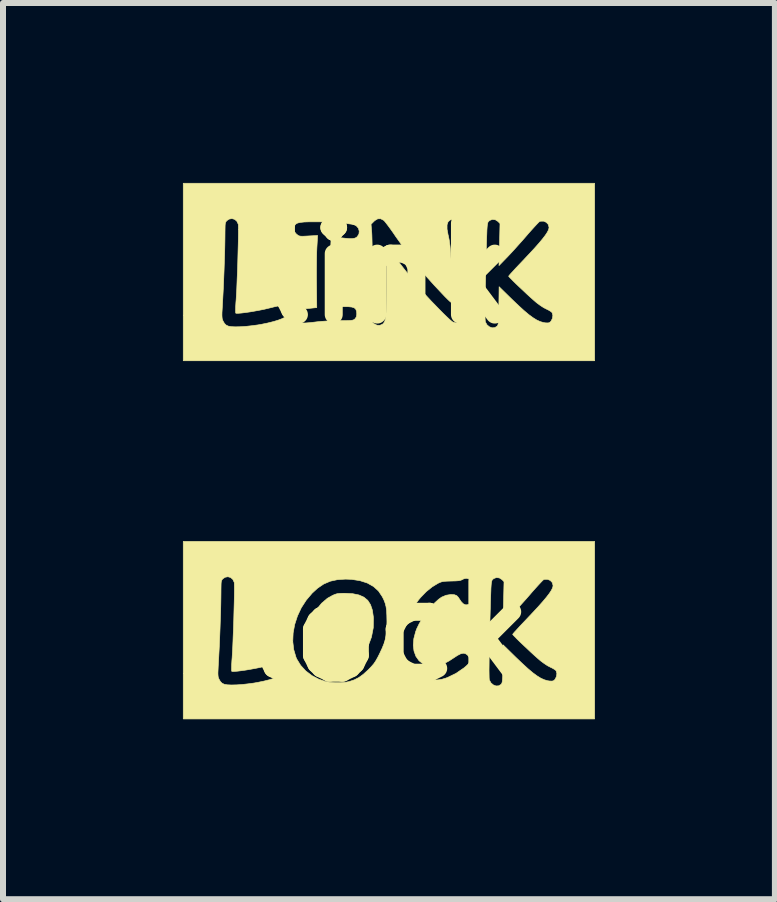
<source format=kicad_pcb>
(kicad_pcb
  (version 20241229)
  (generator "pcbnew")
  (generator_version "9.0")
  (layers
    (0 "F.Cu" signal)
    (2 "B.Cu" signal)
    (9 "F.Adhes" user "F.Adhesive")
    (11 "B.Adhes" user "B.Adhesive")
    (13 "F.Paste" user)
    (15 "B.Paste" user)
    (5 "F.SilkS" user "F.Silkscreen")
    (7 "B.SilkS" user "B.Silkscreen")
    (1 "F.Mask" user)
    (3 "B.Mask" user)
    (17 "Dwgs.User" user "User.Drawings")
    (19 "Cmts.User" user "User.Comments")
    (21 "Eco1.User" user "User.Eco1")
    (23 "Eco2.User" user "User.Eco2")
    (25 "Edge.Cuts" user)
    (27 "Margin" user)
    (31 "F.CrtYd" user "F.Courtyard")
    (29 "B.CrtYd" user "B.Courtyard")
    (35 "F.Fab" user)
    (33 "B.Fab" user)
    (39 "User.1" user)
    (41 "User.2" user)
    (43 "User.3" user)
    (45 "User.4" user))
  (footprint "lock"
    (layer "F.Cu")
    (at 3.421 7.476)
    (property "Reference" "lock" (at 0 0 0) (layer "F.SilkS") (effects (font (size 1.524 1.524) (thickness 0.3))))
    (attr through_hole)
    (fp_poly (pts (xy -0.591 -0.628) (xy -0.487 -0.607) (xy -0.404 -0.57) (xy -0.34 -0.517) (xy -0.294 -0.445) (xy -0.263 -0.354) (xy -0.247 -0.243) (xy -0.245 -0.221) (xy -0.248 -0.059) (xy -0.278 0.095) (xy -0.333 0.243) (xy -0.405 0.37) (xy -0.477 0.461) (xy -0.557 0.534) (xy -0.642 0.585) (xy -0.671 0.597) (xy -0.744 0.615) (xy -0.83 0.623) (xy -0.915 0.622) (xy -0.954 0.617) (xy -1.055 0.587) (xy -1.149 0.538) (xy -1.231 0.474) (xy -1.294 0.399) (xy -1.313 0.366) (xy -1.33 0.329) (xy -1.34 0.291) (xy -1.347 0.243) (xy -1.35 0.178) (xy -1.351 0.166) (xy -1.349 0.051) (xy -1.334 -0.051) (xy -1.304 -0.151) (xy -1.268 -0.234) (xy -1.195 -0.363) (xy -1.11 -0.468) (xy -1.013 -0.551) (xy -0.924 -0.601) (xy -0.886 -0.617) (xy -0.85 -0.628) (xy -0.808 -0.633) (xy -0.752 -0.635) (xy -0.717 -0.635) (xy -0.591 -0.628)) (stroke (width 0.01) (type solid)) (fill yes) (layer "F.SilkS"))
    (fp_poly (pts (xy 3.443 1.46) (xy -3.416 1.46) (xy -3.416 0.7) (xy -2.838 0.7) (xy -2.836 0.735) (xy -2.833 0.76) (xy -2.827 0.78) (xy -2.818 0.799) (xy -2.796 0.837) (xy -2.769 0.864) (xy -2.732 0.882) (xy -2.682 0.891) (xy -2.614 0.894) (xy -2.525 0.892) (xy -2.437 0.886) (xy -2.337 0.875) (xy -2.239 0.862) (xy -2.181 0.852) (xy -2.074 0.83) (xy -1.978 0.806) (xy -1.896 0.781) (xy -1.831 0.756) (xy -1.788 0.734) (xy -1.774 0.722) (xy -1.754 0.684) (xy -1.752 0.638) (xy -1.765 0.594) (xy -1.791 0.558) (xy -1.827 0.538) (xy -1.843 0.536) (xy -1.866 0.539) (xy -1.91 0.548) (xy -1.968 0.561) (xy -2.035 0.578) (xy -2.058 0.583) (xy -2.128 0.6) (xy -2.207 0.616) (xy -2.289 0.631) (xy -2.37 0.645) (xy -2.447 0.656) (xy -2.513 0.664) (xy -2.565 0.668) (xy -2.599 0.668) (xy -2.608 0.665) (xy -2.61 0.649) (xy -2.61 0.611) (xy -2.609 0.556) (xy -2.605 0.488) (xy -2.601 0.438) (xy -2.597 0.371) (xy -2.592 0.288) (xy -2.588 0.191) (xy -2.587 0.169) (xy -1.59 0.169) (xy -1.574 0.304) (xy -1.537 0.43) (xy -1.523 0.462) (xy -1.459 0.566) (xy -1.374 0.659) (xy -1.27 0.738) (xy -1.153 0.799) (xy -1.045 0.836) (xy -0.972 0.849) (xy -0.885 0.855) (xy -0.793 0.855) (xy -0.707 0.848) (xy -0.65 0.837) (xy -0.566 0.809) (xy -0.489 0.77) (xy -0.413 0.715) (xy -0.333 0.642) (xy -0.328 0.637) (xy -0.278 0.585) (xy -0.24 0.541) (xy -0.208 0.494) (xy -0.176 0.438) (xy -0.144 0.375) (xy -0.099 0.279) (xy -0.066 0.196) (xy -0.064 0.189) (xy 0.192 0.189) (xy 0.196 0.317) (xy 0.222 0.436) (xy 0.272 0.546) (xy 0.341 0.64) (xy 0.42 0.716) (xy 0.503 0.768) (xy 0.593 0.8) (xy 0.698 0.812) (xy 0.764 0.812) (xy 0.838 0.808) (xy 0.899 0.798) (xy 0.957 0.781) (xy 0.992 0.768) (xy 1.132 0.7) (xy 1.206 0.649) (xy 1.682 0.649) (xy 1.683 0.719) (xy 1.684 0.769) (xy 1.686 0.801) (xy 1.689 0.813) (xy 1.715 0.86) (xy 1.754 0.893) (xy 1.798 0.91) (xy 1.843 0.908) (xy 1.881 0.885) (xy 1.883 0.883) (xy 1.892 0.872) (xy 1.898 0.857) (xy 1.903 0.835) (xy 1.906 0.802) (xy 1.909 0.754) (xy 1.911 0.689) (xy 1.912 0.603) (xy 1.913 0.54) (xy 1.917 0.225) (xy 2.127 0.431) (xy 2.236 0.535) (xy 2.33 0.621) (xy 2.412 0.69) (xy 2.483 0.742) (xy 2.546 0.781) (xy 2.604 0.807) (xy 2.659 0.823) (xy 2.693 0.828) (xy 2.733 0.829) (xy 2.758 0.823) (xy 2.779 0.804) (xy 2.784 0.797) (xy 2.806 0.753) (xy 2.813 0.704) (xy 2.802 0.661) (xy 2.797 0.653) (xy 2.776 0.636) (xy 2.739 0.614) (xy 2.704 0.597) (xy 2.656 0.572) (xy 2.6 0.535) (xy 2.546 0.495) (xy 2.536 0.487) (xy 2.491 0.448) (xy 2.437 0.4) (xy 2.378 0.346) (xy 2.317 0.288) (xy 2.256 0.231) (xy 2.199 0.177) (xy 2.15 0.129) (xy 2.111 0.089) (xy 2.085 0.062) (xy 2.076 0.05) (xy 2.085 0.037) (xy 2.11 0.008) (xy 2.149 -0.034) (xy 2.198 -0.088) (xy 2.256 -0.149) (xy 2.297 -0.192) (xy 2.409 -0.311) (xy 2.503 -0.412) (xy 2.58 -0.499) (xy 2.641 -0.572) (xy 2.687 -0.632) (xy 2.72 -0.682) (xy 2.74 -0.722) (xy 2.749 -0.755) (xy 2.749 -0.767) (xy 2.736 -0.814) (xy 2.704 -0.848) (xy 2.659 -0.868) (xy 2.609 -0.867) (xy 2.594 -0.863) (xy 2.579 -0.851) (xy 2.55 -0.821) (xy 2.509 -0.777) (xy 2.459 -0.722) (xy 2.402 -0.658) (xy 2.368 -0.618) (xy 2.301 -0.541) (xy 2.23 -0.462) (xy 2.162 -0.386) (xy 2.1 -0.319) (xy 2.049 -0.265) (xy 2.039 -0.255) (xy 1.915 -0.127) (xy 1.924 -0.478) (xy 1.932 -0.828) (xy 1.898 -0.863) (xy 1.854 -0.891) (xy 1.805 -0.897) (xy 1.76 -0.88) (xy 1.744 -0.866) (xy 1.737 -0.859) (xy 1.732 -0.851) (xy 1.728 -0.839) (xy 1.724 -0.822) (xy 1.72 -0.798) (xy 1.717 -0.764) (xy 1.714 -0.718) (xy 1.712 -0.659) (xy 1.709 -0.583) (xy 1.706 -0.49) (xy 1.703 -0.377) (xy 1.699 -0.242) (xy 1.695 -0.083) (xy 1.694 -0.033) (xy 1.69 0.152) (xy 1.686 0.312) (xy 1.684 0.447) (xy 1.683 0.559) (xy 1.682 0.649) (xy 1.206 0.649) (xy 1.262 0.611) (xy 1.301 0.578) (xy 1.335 0.545) (xy 1.352 0.519) (xy 1.357 0.49) (xy 1.357 0.475) (xy 1.349 0.429) (xy 1.322 0.394) (xy 1.32 0.392) (xy 1.286 0.37) (xy 1.251 0.364) (xy 1.209 0.374) (xy 1.156 0.401) (xy 1.112 0.43) (xy 1.017 0.492) (xy 0.936 0.536) (xy 0.864 0.564) (xy 0.796 0.579) (xy 0.744 0.582) (xy 0.687 0.581) (xy 0.646 0.573) (xy 0.608 0.557) (xy 0.587 0.546) (xy 0.515 0.489) (xy 0.463 0.416) (xy 0.431 0.328) (xy 0.419 0.23) (xy 0.428 0.122) (xy 0.458 0.007) (xy 0.477 -0.044) (xy 0.519 -0.13) (xy 0.574 -0.221) (xy 0.638 -0.312) (xy 0.706 -0.398) (xy 0.775 -0.474) (xy 0.842 -0.535) (xy 0.891 -0.57) (xy 0.966 -0.602) (xy 1.046 -0.615) (xy 1.104 -0.611) (xy 1.143 -0.596) (xy 1.173 -0.564) (xy 1.18 -0.552) (xy 1.218 -0.495) (xy 1.252 -0.46) (xy 1.285 -0.444) (xy 1.303 -0.442) (xy 1.352 -0.45) (xy 1.387 -0.473) (xy 1.409 -0.515) (xy 1.418 -0.578) (xy 1.415 -0.662) (xy 1.406 -0.747) (xy 1.393 -0.809) (xy 1.373 -0.85) (xy 1.347 -0.874) (xy 1.31 -0.884) (xy 1.297 -0.884) (xy 1.262 -0.876) (xy 1.234 -0.862) (xy 1.212 -0.852) (xy 1.178 -0.845) (xy 1.128 -0.841) (xy 1.057 -0.839) (xy 1.053 -0.839) (xy 0.985 -0.837) (xy 0.936 -0.834) (xy 0.898 -0.828) (xy 0.866 -0.817) (xy 0.831 -0.801) (xy 0.734 -0.742) (xy 0.635 -0.662) (xy 0.541 -0.565) (xy 0.507 -0.524) (xy 0.4 -0.377) (xy 0.315 -0.231) (xy 0.252 -0.087) (xy 0.211 0.054) (xy 0.192 0.189) (xy -0.064 0.189) (xy -0.044 0.119) (xy -0.03 0.04) (xy -0.023 -0.049) (xy -0.02 -0.157) (xy -0.02 -0.167) (xy -0.022 -0.267) (xy -0.026 -0.347) (xy -0.035 -0.412) (xy -0.05 -0.47) (xy -0.071 -0.525) (xy -0.098 -0.579) (xy -0.161 -0.673) (xy -0.244 -0.748) (xy -0.347 -0.806) (xy -0.469 -0.845) (xy -0.61 -0.867) (xy -0.711 -0.871) (xy -0.846 -0.862) (xy -0.965 -0.836) (xy -1.073 -0.79) (xy -1.175 -0.721) (xy -1.266 -0.638) (xy -1.365 -0.521) (xy -1.448 -0.393) (xy -1.512 -0.256) (xy -1.558 -0.114) (xy -1.584 0.028) (xy -1.59 0.169) (xy -2.587 0.169) (xy -2.584 0.083) (xy -2.579 -0.031) (xy -2.575 -0.148) (xy -2.572 -0.265) (xy -2.569 -0.38) (xy -2.566 -0.488) (xy -2.564 -0.586) (xy -2.563 -0.671) (xy -2.563 -0.74) (xy -2.564 -0.789) (xy -2.565 -0.815) (xy -2.566 -0.817) (xy -2.589 -0.866) (xy -2.626 -0.898) (xy -2.672 -0.911) (xy -2.718 -0.902) (xy -2.754 -0.878) (xy -2.767 -0.864) (xy -2.776 -0.848) (xy -2.782 -0.827) (xy -2.785 -0.794) (xy -2.786 -0.745) (xy -2.787 -0.675) (xy -2.787 -0.66) (xy -2.788 -0.567) (xy -2.79 -0.452) (xy -2.793 -0.322) (xy -2.798 -0.18) (xy -2.803 -0.033) (xy -2.809 0.114) (xy -2.815 0.255) (xy -2.822 0.386) (xy -2.828 0.498) (xy -2.833 0.586) (xy -2.836 0.652) (xy -2.838 0.7) (xy -3.416 0.7) (xy -3.416 -1.5) (xy 3.443 -1.5) (xy 3.443 1.46)) (stroke (width 0.01) (type solid)) (fill yes) (layer "F.SilkS")))
  (footprint "link"
    (layer "F.Cu")
    (at 3.421 1.505)
    (property "Reference" "link" (at 0 0 0) (layer "F.SilkS") (effects (font (size 1.524 1.524) (thickness 0.3))))
    (attr through_hole)
    (fp_poly (pts (xy 3.443 1.46) (xy -3.416 1.46) (xy -3.416 0.7) (xy -2.771 0.7) (xy -2.769 0.735) (xy -2.766 0.76) (xy -2.76 0.78) (xy -2.751 0.799) (xy -2.729 0.837) (xy -2.702 0.864) (xy -2.665 0.882) (xy -2.615 0.891) (xy -2.547 0.894) (xy -2.458 0.892) (xy -2.37 0.886) (xy -2.27 0.875) (xy -2.172 0.862) (xy -2.114 0.852) (xy -2.007 0.83) (xy -1.911 0.806) (xy -1.829 0.781) (xy -1.764 0.756) (xy -1.721 0.734) (xy -1.707 0.722) (xy -1.687 0.684) (xy -1.685 0.638) (xy -1.698 0.594) (xy -1.724 0.558) (xy -1.76 0.538) (xy -1.776 0.536) (xy -1.799 0.539) (xy -1.843 0.548) (xy -1.901 0.561) (xy -1.969 0.578) (xy -1.991 0.583) (xy -2.061 0.6) (xy -2.14 0.616) (xy -2.222 0.631) (xy -2.303 0.645) (xy -2.38 0.656) (xy -2.446 0.664) (xy -2.498 0.668) (xy -2.532 0.668) (xy -2.541 0.665) (xy -2.543 0.649) (xy -2.543 0.611) (xy -2.542 0.556) (xy -2.538 0.488) (xy -2.534 0.438) (xy -2.53 0.371) (xy -2.525 0.288) (xy -2.521 0.191) (xy -2.517 0.083) (xy -2.512 -0.031) (xy -2.508 -0.148) (xy -2.505 -0.265) (xy -2.502 -0.38) (xy -2.499 -0.488) (xy -2.497 -0.586) (xy -2.496 -0.671) (xy -2.496 -0.733) (xy -1.567 -0.733) (xy -1.567 -0.732) (xy -1.561 -0.694) (xy -1.539 -0.663) (xy -1.524 -0.649) (xy -1.504 -0.633) (xy -1.486 -0.623) (xy -1.464 -0.618) (xy -1.432 -0.616) (xy -1.383 -0.618) (xy -1.328 -0.621) (xy -1.176 -0.629) (xy -1.188 -0.425) (xy -1.191 -0.356) (xy -1.193 -0.266) (xy -1.194 -0.162) (xy -1.195 -0.048) (xy -1.195 0.068) (xy -1.194 0.176) (xy -1.19 0.573) (xy -1.275 0.582) (xy -1.354 0.59) (xy -1.411 0.597) (xy -1.451 0.603) (xy -1.477 0.61) (xy -1.494 0.619) (xy -1.506 0.63) (xy -1.514 0.639) (xy -1.537 0.688) (xy -1.538 0.74) (xy -1.517 0.787) (xy -1.508 0.798) (xy -1.488 0.813) (xy -1.463 0.824) (xy -1.429 0.829) (xy -1.382 0.83) (xy -1.318 0.825) (xy -1.234 0.816) (xy -1.186 0.81) (xy -1.113 0.803) (xy -1.023 0.797) (xy -0.927 0.793) (xy -0.833 0.791) (xy -0.805 0.79) (xy -0.723 0.79) (xy -0.663 0.789) (xy -0.622 0.787) (xy -0.594 0.783) (xy -0.575 0.777) (xy -0.561 0.768) (xy -0.553 0.761) (xy -0.53 0.728) (xy -0.523 0.683) (xy -0.523 0.678) (xy -0.527 0.633) (xy -0.54 0.6) (xy -0.565 0.577) (xy -0.606 0.564) (xy -0.666 0.558) (xy -0.748 0.558) (xy -0.793 0.559) (xy -0.962 0.566) (xy -0.967 0.273) (xy -0.968 0.191) (xy -0.968 0.099) (xy -0.968 -0.000353) (xy -0.966 -0.103) (xy -0.964 -0.205) (xy -0.962 -0.303) (xy -0.959 -0.393) (xy -0.956 -0.471) (xy -0.953 -0.535) (xy -0.949 -0.579) (xy -0.946 -0.601) (xy -0.945 -0.602) (xy -0.93 -0.604) (xy -0.895 -0.603) (xy -0.845 -0.599) (xy -0.808 -0.594) (xy -0.717 -0.583) (xy -0.648 -0.577) (xy -0.598 -0.577) (xy -0.561 -0.583) (xy -0.534 -0.594) (xy -0.515 -0.609) (xy -0.487 -0.653) (xy -0.482 -0.702) (xy -0.496 -0.75) (xy -0.529 -0.788) (xy -0.569 -0.809) (xy -0.603 -0.816) (xy -0.285 -0.816) (xy -0.273 -0.673) (xy -0.271 -0.63) (xy -0.269 -0.565) (xy -0.267 -0.479) (xy -0.265 -0.376) (xy -0.264 -0.259) (xy -0.262 -0.133) (xy -0.262 0.001) (xy -0.261 0.139) (xy -0.261 0.145) (xy -0.261 0.82) (xy -0.23 0.845) (xy -0.185 0.867) (xy -0.136 0.868) (xy -0.093 0.849) (xy -0.084 0.841) (xy -0.071 0.825) (xy -0.06 0.806) (xy -0.051 0.781) (xy -0.044 0.747) (xy -0.038 0.704) (xy -0.034 0.647) (xy -0.031 0.575) (xy -0.029 0.485) (xy -0.028 0.375) (xy -0.027 0.243) (xy -0.027 0.116) (xy -0.027 -0.457) (xy 0.076 -0.319) (xy 0.171 -0.194) (xy 0.274 -0.061) (xy 0.38 0.072) (xy 0.482 0.196) (xy 0.547 0.275) (xy 0.598 0.333) (xy 0.657 0.398) (xy 0.722 0.468) (xy 0.79 0.538) (xy 0.857 0.607) (xy 0.92 0.671) (xy 0.977 0.726) (xy 1.024 0.77) (xy 1.059 0.8) (xy 1.074 0.812) (xy 1.133 0.83) (xy 1.186 0.824) (xy 1.229 0.794) (xy 1.258 0.743) (xy 1.262 0.73) (xy 1.266 0.701) (xy 1.27 0.649) (xy 1.615 0.649) (xy 1.616 0.719) (xy 1.617 0.769) (xy 1.62 0.801) (xy 1.622 0.813) (xy 1.648 0.86) (xy 1.687 0.893) (xy 1.731 0.91) (xy 1.776 0.908) (xy 1.814 0.885) (xy 1.817 0.883) (xy 1.825 0.872) (xy 1.831 0.857) (xy 1.836 0.835) (xy 1.839 0.802) (xy 1.842 0.754) (xy 1.844 0.689) (xy 1.845 0.603) (xy 1.846 0.54) (xy 1.85 0.225) (xy 2.06 0.431) (xy 2.169 0.535) (xy 2.263 0.621) (xy 2.345 0.69) (xy 2.416 0.742) (xy 2.479 0.781) (xy 2.537 0.807) (xy 2.592 0.823) (xy 2.626 0.828) (xy 2.666 0.829) (xy 2.691 0.823) (xy 2.712 0.804) (xy 2.717 0.797) (xy 2.739 0.753) (xy 2.746 0.704) (xy 2.735 0.661) (xy 2.73 0.653) (xy 2.709 0.636) (xy 2.672 0.614) (xy 2.637 0.597) (xy 2.589 0.572) (xy 2.533 0.535) (xy 2.479 0.495) (xy 2.469 0.487) (xy 2.424 0.448) (xy 2.37 0.4) (xy 2.311 0.346) (xy 2.25 0.288) (xy 2.189 0.231) (xy 2.132 0.177) (xy 2.083 0.129) (xy 2.044 0.089) (xy 2.018 0.062) (xy 2.009 0.05) (xy 2.018 0.037) (xy 2.043 0.008) (xy 2.082 -0.034) (xy 2.131 -0.088) (xy 2.189 -0.149) (xy 2.23 -0.192) (xy 2.342 -0.311) (xy 2.436 -0.412) (xy 2.513 -0.499) (xy 2.574 -0.572) (xy 2.62 -0.632) (xy 2.653 -0.682) (xy 2.673 -0.722) (xy 2.682 -0.755) (xy 2.682 -0.767) (xy 2.669 -0.814) (xy 2.637 -0.848) (xy 2.592 -0.868) (xy 2.542 -0.867) (xy 2.527 -0.863) (xy 2.512 -0.851) (xy 2.483 -0.821) (xy 2.442 -0.777) (xy 2.392 -0.722) (xy 2.335 -0.658) (xy 2.301 -0.618) (xy 2.234 -0.541) (xy 2.163 -0.462) (xy 2.095 -0.386) (xy 2.033 -0.319) (xy 1.982 -0.265) (xy 1.972 -0.255) (xy 1.848 -0.127) (xy 1.857 -0.478) (xy 1.865 -0.828) (xy 1.831 -0.863) (xy 1.787 -0.891) (xy 1.738 -0.897) (xy 1.693 -0.88) (xy 1.677 -0.866) (xy 1.67 -0.859) (xy 1.665 -0.851) (xy 1.661 -0.839) (xy 1.657 -0.822) (xy 1.653 -0.798) (xy 1.65 -0.764) (xy 1.647 -0.718) (xy 1.645 -0.659) (xy 1.642 -0.583) (xy 1.639 -0.49) (xy 1.636 -0.377) (xy 1.632 -0.242) (xy 1.629 -0.083) (xy 1.627 -0.033) (xy 1.623 0.152) (xy 1.62 0.312) (xy 1.617 0.447) (xy 1.616 0.559) (xy 1.615 0.649) (xy 1.27 0.649) (xy 1.27 0.648) (xy 1.274 0.576) (xy 1.277 0.488) (xy 1.279 0.387) (xy 1.281 0.277) (xy 1.283 0.161) (xy 1.283 0.044) (xy 1.284 -0.072) (xy 1.283 -0.183) (xy 1.282 -0.285) (xy 1.28 -0.374) (xy 1.278 -0.448) (xy 1.274 -0.503) (xy 1.273 -0.513) (xy 1.256 -0.638) (xy 1.233 -0.737) (xy 1.203 -0.812) (xy 1.166 -0.863) (xy 1.122 -0.891) (xy 1.084 -0.898) (xy 1.033 -0.887) (xy 0.999 -0.857) (xy 0.982 -0.806) (xy 0.982 -0.735) (xy 0.999 -0.642) (xy 1.005 -0.619) (xy 1.019 -0.548) (xy 1.032 -0.453) (xy 1.043 -0.332) (xy 1.051 -0.186) (xy 1.059 -0.013) (xy 1.064 0.184) (xy 1.066 0.283) (xy 1.067 0.359) (xy 1.067 0.413) (xy 1.066 0.45) (xy 1.063 0.472) (xy 1.059 0.483) (xy 1.054 0.486) (xy 1.046 0.483) (xy 1.045 0.483) (xy 1.026 0.467) (xy 0.992 0.435) (xy 0.946 0.389) (xy 0.892 0.332) (xy 0.832 0.268) (xy 0.768 0.2) (xy 0.706 0.131) (xy 0.646 0.064) (xy 0.592 0.002) (xy 0.568 -0.027) (xy 0.429 -0.2) (xy 0.281 -0.396) (xy 0.127 -0.611) (xy 0.09 -0.666) (xy 0.044 -0.731) (xy 0.001 -0.79) (xy -0.036 -0.838) (xy -0.063 -0.871) (xy -0.076 -0.883) (xy -0.124 -0.908) (xy -0.173 -0.907) (xy -0.222 -0.878) (xy -0.238 -0.863) (xy -0.285 -0.816) (xy -0.603 -0.816) (xy -0.611 -0.818) (xy -0.674 -0.826) (xy -0.754 -0.835) (xy -0.845 -0.842) (xy -0.944 -0.849) (xy -1.044 -0.854) (xy -1.14 -0.857) (xy -1.207 -0.857) (xy -1.315 -0.857) (xy -1.4 -0.854) (xy -1.463 -0.847) (xy -1.508 -0.837) (xy -1.538 -0.821) (xy -1.556 -0.799) (xy -1.565 -0.77) (xy -1.567 -0.733) (xy -2.496 -0.733) (xy -2.496 -0.74) (xy -2.497 -0.789) (xy -2.498 -0.815) (xy -2.499 -0.817) (xy -2.522 -0.866) (xy -2.559 -0.898) (xy -2.605 -0.911) (xy -2.651 -0.902) (xy -2.687 -0.878) (xy -2.7 -0.864) (xy -2.709 -0.848) (xy -2.715 -0.827) (xy -2.718 -0.794) (xy -2.719 -0.745) (xy -2.72 -0.675) (xy -2.72 -0.66) (xy -2.721 -0.567) (xy -2.723 -0.452) (xy -2.726 -0.322) (xy -2.731 -0.18) (xy -2.736 -0.033) (xy -2.742 0.114) (xy -2.748 0.255) (xy -2.755 0.386) (xy -2.761 0.498) (xy -2.766 0.586) (xy -2.77 0.652) (xy -2.771 0.7) (xy -3.416 0.7) (xy -3.416 -1.5) (xy 3.443 -1.5) (xy 3.443 1.46)) (stroke (width 0.01) (type solid)) (fill yes) (layer "F.SilkS")))
  (gr_rect
    (start -3 -3)
    (end 9.869 11.941)
    (stroke (width 0.1) (type default))
    (fill no)
    (layer "Edge.Cuts")))
</source>
